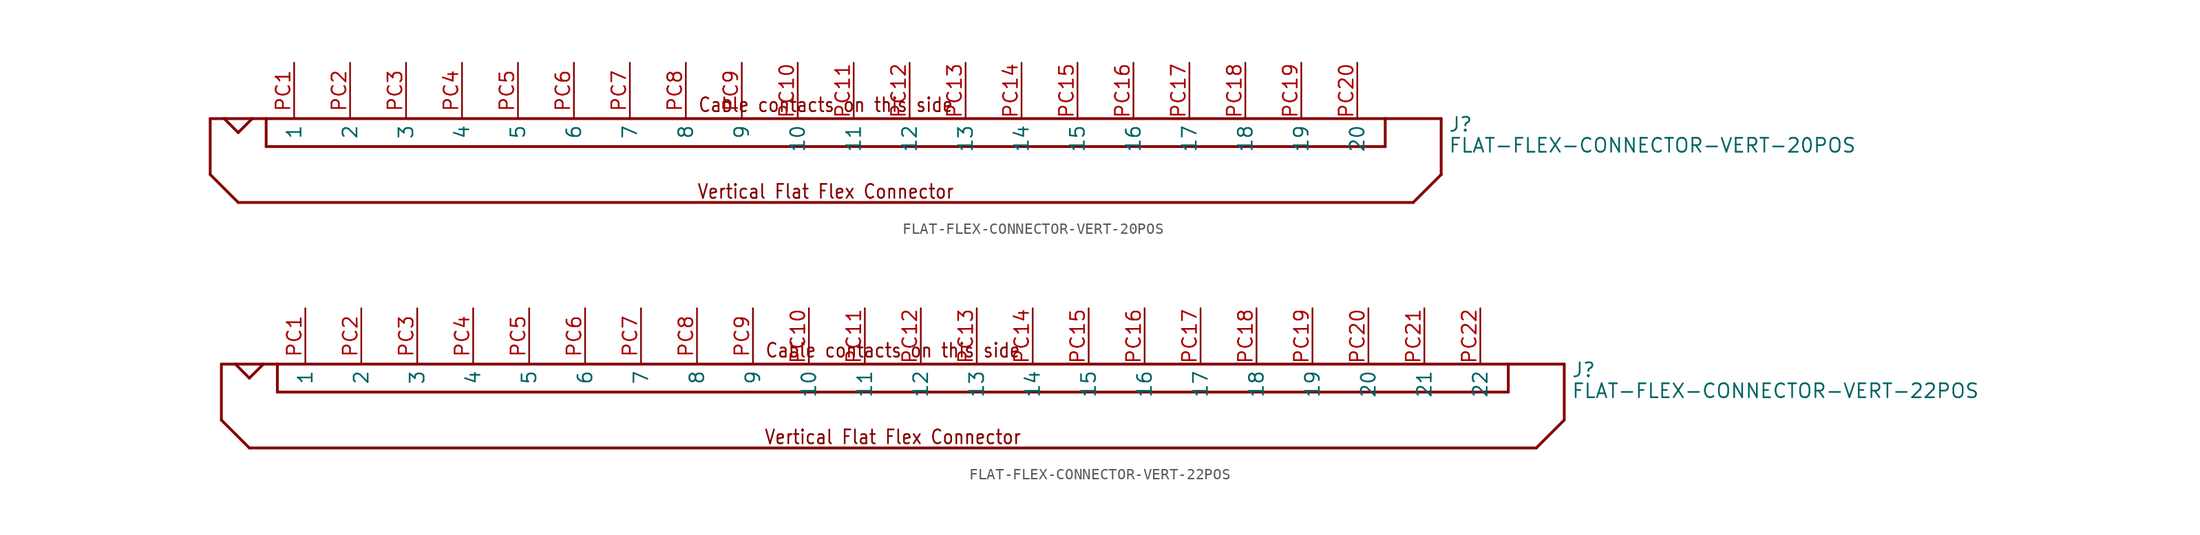
<source format=kicad_sym>
(kicad_symbol_lib
  (version 20211014)
  (generator kicad_symbol_editor)
  (symbol "FLAT-FLEX-CONNECTOR-VERT-20POS"
    (pin_names)
    (property "Reference" "J"
      (at 56.515 1.27 0)
      (effects (font (size 1.27 1.27)) (justify left bottom)))
    (property "Value" "FLAT-FLEX-CONNECTOR-VERT-20POS"
      (at 56.515 -0.635 0)
      (effects (font (size 1.27 1.27)) (justify left bottom)))
    (property "Datasheet" ""
      (at 0 0 0))
    (property "ki_description" "FLAT-FLEX-CONNECTOR-VERT-20POS  - Flat Flex Connector 20 position Vertical Technical Specifications: Number of Positions: 20 Contact: One Side Mount: Vertical "
      (at 0 0 0))
    (property "ki_fp_filters" "FlashPCB_Connectors:FLAT-FLEX-CONNECTOR-MOLEX-52610-VERT-20POS"
      (at 0 0 0))
    (symbol "FLAT-FLEX-CONNECTOR-VERT-20POS_1_1"
      (text "Cable contacts on this side" (at 0 3.048 0) (effects (font (size 1.27 1.086)) (justify bottom)))
      (text "Vertical Flat Flex Connector" (at 0 -4.826 0) (effects (font (size 1.27 1.086)) (justify bottom)))
      (polyline (pts (xy -55.88 2.54) (xy -55.88 -2.54)) (stroke (width 0.254)) (fill (type none)))
      (polyline (pts (xy -55.88 -2.54) (xy -53.34 -5.08)) (stroke (width 0.254)) (fill (type none)))
      (polyline (pts (xy -53.34 -5.08) (xy 53.34 -5.08)) (stroke (width 0.254)) (fill (type none)))
      (polyline (pts (xy 53.34 -5.08) (xy 55.88 -2.54)) (stroke (width 0.254)) (fill (type none)))
      (polyline (pts (xy 55.88 -2.54) (xy 55.88 2.54)) (stroke (width 0.254)) (fill (type none)))
      (polyline (pts (xy 55.88 2.54) (xy 50.8 2.54)) (stroke (width 0.254)) (fill (type none)))
      (polyline (pts (xy 50.8 2.54) (xy 50.8 0)) (stroke (width 0.254)) (fill (type none)))
      (polyline (pts (xy 50.8 0) (xy -50.8 0)) (stroke (width 0.254)) (fill (type none)))
      (polyline (pts (xy -50.8 0) (xy -50.8 2.54)) (stroke (width 0.254)) (fill (type none)))
      (polyline (pts (xy -50.8 2.54) (xy -52.07 2.54)) (stroke (width 0.254)) (fill (type none)))
      (polyline (pts (xy -52.07 2.54) (xy -54.61 2.54)) (stroke (width 0.254)) (fill (type none)))
      (polyline (pts (xy -54.61 2.54) (xy -55.88 2.54)) (stroke (width 0.254)) (fill (type none)))
      (polyline (pts (xy -50.8 2.54) (xy 50.8 2.54)) (stroke (width 0.254)) (fill (type none)))
      (polyline (pts (xy -54.61 2.54) (xy -53.34 1.27)) (stroke (width 0.254)) (fill (type none)))
      (polyline (pts (xy -53.34 1.27) (xy -52.07 2.54)) (stroke (width 0.254)) (fill (type none)))
      (pin bidirectional line (at -48.26 7.62 270) (length 5.08) (name "1" (effects (font (size 1.27 1.27)))) (number "PC1" (effects (font (size 1.27 1.27)))))
      (pin bidirectional line (at -48.26 7.62 270) (length 5.08) hide (name "1" (effects (font (size 1.27 1.27)))) (number "PS1" (effects (font (size 1.27 1.27)))))
      (pin bidirectional line (at -43.18 7.62 270) (length 5.08) (name "2" (effects (font (size 1.27 1.27)))) (number "PC2" (effects (font (size 1.27 1.27)))))
      (pin bidirectional line (at -43.18 7.62 270) (length 5.08) hide (name "2" (effects (font (size 1.27 1.27)))) (number "PS2" (effects (font (size 1.27 1.27)))))
      (pin bidirectional line (at -38.1 7.62 270) (length 5.08) (name "3" (effects (font (size 1.27 1.27)))) (number "PC3" (effects (font (size 1.27 1.27)))))
      (pin bidirectional line (at -38.1 7.62 270) (length 5.08) hide (name "3" (effects (font (size 1.27 1.27)))) (number "PS3" (effects (font (size 1.27 1.27)))))
      (pin bidirectional line (at -33.02 7.62 270) (length 5.08) (name "4" (effects (font (size 1.27 1.27)))) (number "PC4" (effects (font (size 1.27 1.27)))))
      (pin bidirectional line (at -33.02 7.62 270) (length 5.08) hide (name "4" (effects (font (size 1.27 1.27)))) (number "PS4" (effects (font (size 1.27 1.27)))))
      (pin bidirectional line (at -27.94 7.62 270) (length 5.08) (name "5" (effects (font (size 1.27 1.27)))) (number "PC5" (effects (font (size 1.27 1.27)))))
      (pin bidirectional line (at -27.94 7.62 270) (length 5.08) hide (name "5" (effects (font (size 1.27 1.27)))) (number "PS5" (effects (font (size 1.27 1.27)))))
      (pin bidirectional line (at -22.86 7.62 270) (length 5.08) (name "6" (effects (font (size 1.27 1.27)))) (number "PC6" (effects (font (size 1.27 1.27)))))
      (pin bidirectional line (at -22.86 7.62 270) (length 5.08) hide (name "6" (effects (font (size 1.27 1.27)))) (number "PS6" (effects (font (size 1.27 1.27)))))
      (pin bidirectional line (at -17.78 7.62 270) (length 5.08) (name "7" (effects (font (size 1.27 1.27)))) (number "PC7" (effects (font (size 1.27 1.27)))))
      (pin bidirectional line (at -17.78 7.62 270) (length 5.08) hide (name "7" (effects (font (size 1.27 1.27)))) (number "PS7" (effects (font (size 1.27 1.27)))))
      (pin bidirectional line (at -12.7 7.62 270) (length 5.08) (name "8" (effects (font (size 1.27 1.27)))) (number "PC8" (effects (font (size 1.27 1.27)))))
      (pin bidirectional line (at -12.7 7.62 270) (length 5.08) hide (name "8" (effects (font (size 1.27 1.27)))) (number "PS8" (effects (font (size 1.27 1.27)))))
      (pin bidirectional line (at -7.62 7.62 270) (length 5.08) (name "9" (effects (font (size 1.27 1.27)))) (number "PC9" (effects (font (size 1.27 1.27)))))
      (pin bidirectional line (at -7.62 7.62 270) (length 5.08) hide (name "9" (effects (font (size 1.27 1.27)))) (number "PS9" (effects (font (size 1.27 1.27)))))
      (pin bidirectional line (at -2.54 7.62 270) (length 5.08) (name "10" (effects (font (size 1.27 1.27)))) (number "PC10" (effects (font (size 1.27 1.27)))))
      (pin bidirectional line (at -2.54 7.62 270) (length 5.08) hide (name "10" (effects (font (size 1.27 1.27)))) (number "PS10" (effects (font (size 1.27 1.27)))))
      (pin bidirectional line (at 2.54 7.62 270) (length 5.08) (name "11" (effects (font (size 1.27 1.27)))) (number "PC11" (effects (font (size 1.27 1.27)))))
      (pin bidirectional line (at 2.54 7.62 270) (length 5.08) hide (name "11" (effects (font (size 1.27 1.27)))) (number "PS11" (effects (font (size 1.27 1.27)))))
      (pin bidirectional line (at 7.62 7.62 270) (length 5.08) (name "12" (effects (font (size 1.27 1.27)))) (number "PC12" (effects (font (size 1.27 1.27)))))
      (pin bidirectional line (at 7.62 7.62 270) (length 5.08) hide (name "12" (effects (font (size 1.27 1.27)))) (number "PS12" (effects (font (size 1.27 1.27)))))
      (pin bidirectional line (at 12.7 7.62 270) (length 5.08) (name "13" (effects (font (size 1.27 1.27)))) (number "PC13" (effects (font (size 1.27 1.27)))))
      (pin bidirectional line (at 12.7 7.62 270) (length 5.08) hide (name "13" (effects (font (size 1.27 1.27)))) (number "PS13" (effects (font (size 1.27 1.27)))))
      (pin bidirectional line (at 17.78 7.62 270) (length 5.08) (name "14" (effects (font (size 1.27 1.27)))) (number "PC14" (effects (font (size 1.27 1.27)))))
      (pin bidirectional line (at 17.78 7.62 270) (length 5.08) hide (name "14" (effects (font (size 1.27 1.27)))) (number "PS14" (effects (font (size 1.27 1.27)))))
      (pin bidirectional line (at 22.86 7.62 270) (length 5.08) (name "15" (effects (font (size 1.27 1.27)))) (number "PC15" (effects (font (size 1.27 1.27)))))
      (pin bidirectional line (at 22.86 7.62 270) (length 5.08) hide (name "15" (effects (font (size 1.27 1.27)))) (number "PS15" (effects (font (size 1.27 1.27)))))
      (pin bidirectional line (at 27.94 7.62 270) (length 5.08) (name "16" (effects (font (size 1.27 1.27)))) (number "PC16" (effects (font (size 1.27 1.27)))))
      (pin bidirectional line (at 27.94 7.62 270) (length 5.08) hide (name "16" (effects (font (size 1.27 1.27)))) (number "PS16" (effects (font (size 1.27 1.27)))))
      (pin bidirectional line (at 33.02 7.62 270) (length 5.08) (name "17" (effects (font (size 1.27 1.27)))) (number "PC17" (effects (font (size 1.27 1.27)))))
      (pin bidirectional line (at 33.02 7.62 270) (length 5.08) hide (name "17" (effects (font (size 1.27 1.27)))) (number "PS17" (effects (font (size 1.27 1.27)))))
      (pin bidirectional line (at 38.1 7.62 270) (length 5.08) (name "18" (effects (font (size 1.27 1.27)))) (number "PC18" (effects (font (size 1.27 1.27)))))
      (pin bidirectional line (at 38.1 7.62 270) (length 5.08) hide (name "18" (effects (font (size 1.27 1.27)))) (number "PS18" (effects (font (size 1.27 1.27)))))
      (pin bidirectional line (at 43.18 7.62 270) (length 5.08) (name "19" (effects (font (size 1.27 1.27)))) (number "PC19" (effects (font (size 1.27 1.27)))))
      (pin bidirectional line (at 43.18 7.62 270) (length 5.08) hide (name "19" (effects (font (size 1.27 1.27)))) (number "PS19" (effects (font (size 1.27 1.27)))))
      (pin bidirectional line (at 48.26 7.62 270) (length 5.08) (name "20" (effects (font (size 1.27 1.27)))) (number "PC20" (effects (font (size 1.27 1.27)))))
      (pin bidirectional line (at 48.26 7.62 270) (length 5.08) hide (name "20" (effects (font (size 1.27 1.27)))) (number "PS20" (effects (font (size 1.27 1.27)))))))
  (symbol "FLAT-FLEX-CONNECTOR-VERT-22POS"
    (pin_names)
    (property "Reference" "J"
      (at 61.595 1.27 0)
      (effects (font (size 1.27 1.27)) (justify left bottom)))
    (property "Value" "FLAT-FLEX-CONNECTOR-VERT-22POS"
      (at 61.595 -0.635 0)
      (effects (font (size 1.27 1.27)) (justify left bottom)))
    (property "Datasheet" ""
      (at 0 0 0))
    (property "ki_description" "FLAT-FLEX-CONNECTOR-VERT-22POS  - Flat Flex Connector 22 position Vertical Technical Specifications: Number of Positions: 22 Contact: One Side Mount: Vertical "
      (at 0 0 0))
    (property "ki_fp_filters" "FlashPCB_Connectors:FLAT-FLEX-CONNECTOR-MOLEX-52610-VERT-22POS"
      (at 0 0 0))
    (symbol "FLAT-FLEX-CONNECTOR-VERT-22POS_1_1"
      (text "Cable contacts on this side" (at 0 3.048 0) (effects (font (size 1.27 1.086)) (justify bottom)))
      (text "Vertical Flat Flex Connector" (at 0 -4.826 0) (effects (font (size 1.27 1.086)) (justify bottom)))
      (polyline (pts (xy -60.96 2.54) (xy -60.96 -2.54)) (stroke (width 0.254)) (fill (type none)))
      (polyline (pts (xy -60.96 -2.54) (xy -58.42 -5.08)) (stroke (width 0.254)) (fill (type none)))
      (polyline (pts (xy -58.42 -5.08) (xy 58.42 -5.08)) (stroke (width 0.254)) (fill (type none)))
      (polyline (pts (xy 58.42 -5.08) (xy 60.96 -2.54)) (stroke (width 0.254)) (fill (type none)))
      (polyline (pts (xy 60.96 -2.54) (xy 60.96 2.54)) (stroke (width 0.254)) (fill (type none)))
      (polyline (pts (xy 60.96 2.54) (xy 55.88 2.54)) (stroke (width 0.254)) (fill (type none)))
      (polyline (pts (xy 55.88 2.54) (xy 55.88 0)) (stroke (width 0.254)) (fill (type none)))
      (polyline (pts (xy 55.88 0) (xy -55.88 0)) (stroke (width 0.254)) (fill (type none)))
      (polyline (pts (xy -55.88 0) (xy -55.88 2.54)) (stroke (width 0.254)) (fill (type none)))
      (polyline (pts (xy -55.88 2.54) (xy -57.15 2.54)) (stroke (width 0.254)) (fill (type none)))
      (polyline (pts (xy -57.15 2.54) (xy -59.69 2.54)) (stroke (width 0.254)) (fill (type none)))
      (polyline (pts (xy -59.69 2.54) (xy -60.96 2.54)) (stroke (width 0.254)) (fill (type none)))
      (polyline (pts (xy -55.88 2.54) (xy 55.88 2.54)) (stroke (width 0.254)) (fill (type none)))
      (polyline (pts (xy -59.69 2.54) (xy -58.42 1.27)) (stroke (width 0.254)) (fill (type none)))
      (polyline (pts (xy -58.42 1.27) (xy -57.15 2.54)) (stroke (width 0.254)) (fill (type none)))
      (pin bidirectional line (at -53.34 7.62 270) (length 5.08) (name "1" (effects (font (size 1.27 1.27)))) (number "PC1" (effects (font (size 1.27 1.27)))))
      (pin bidirectional line (at -53.34 7.62 270) (length 5.08) hide (name "1" (effects (font (size 1.27 1.27)))) (number "PS1" (effects (font (size 1.27 1.27)))))
      (pin bidirectional line (at -48.26 7.62 270) (length 5.08) (name "2" (effects (font (size 1.27 1.27)))) (number "PC2" (effects (font (size 1.27 1.27)))))
      (pin bidirectional line (at -48.26 7.62 270) (length 5.08) hide (name "2" (effects (font (size 1.27 1.27)))) (number "PS2" (effects (font (size 1.27 1.27)))))
      (pin bidirectional line (at -43.18 7.62 270) (length 5.08) (name "3" (effects (font (size 1.27 1.27)))) (number "PC3" (effects (font (size 1.27 1.27)))))
      (pin bidirectional line (at -43.18 7.62 270) (length 5.08) hide (name "3" (effects (font (size 1.27 1.27)))) (number "PS3" (effects (font (size 1.27 1.27)))))
      (pin bidirectional line (at -38.1 7.62 270) (length 5.08) (name "4" (effects (font (size 1.27 1.27)))) (number "PC4" (effects (font (size 1.27 1.27)))))
      (pin bidirectional line (at -38.1 7.62 270) (length 5.08) hide (name "4" (effects (font (size 1.27 1.27)))) (number "PS4" (effects (font (size 1.27 1.27)))))
      (pin bidirectional line (at -33.02 7.62 270) (length 5.08) (name "5" (effects (font (size 1.27 1.27)))) (number "PC5" (effects (font (size 1.27 1.27)))))
      (pin bidirectional line (at -33.02 7.62 270) (length 5.08) hide (name "5" (effects (font (size 1.27 1.27)))) (number "PS5" (effects (font (size 1.27 1.27)))))
      (pin bidirectional line (at -27.94 7.62 270) (length 5.08) (name "6" (effects (font (size 1.27 1.27)))) (number "PC6" (effects (font (size 1.27 1.27)))))
      (pin bidirectional line (at -27.94 7.62 270) (length 5.08) hide (name "6" (effects (font (size 1.27 1.27)))) (number "PS6" (effects (font (size 1.27 1.27)))))
      (pin bidirectional line (at -22.86 7.62 270) (length 5.08) (name "7" (effects (font (size 1.27 1.27)))) (number "PC7" (effects (font (size 1.27 1.27)))))
      (pin bidirectional line (at -22.86 7.62 270) (length 5.08) hide (name "7" (effects (font (size 1.27 1.27)))) (number "PS7" (effects (font (size 1.27 1.27)))))
      (pin bidirectional line (at -17.78 7.62 270) (length 5.08) (name "8" (effects (font (size 1.27 1.27)))) (number "PC8" (effects (font (size 1.27 1.27)))))
      (pin bidirectional line (at -17.78 7.62 270) (length 5.08) hide (name "8" (effects (font (size 1.27 1.27)))) (number "PS8" (effects (font (size 1.27 1.27)))))
      (pin bidirectional line (at -12.7 7.62 270) (length 5.08) (name "9" (effects (font (size 1.27 1.27)))) (number "PC9" (effects (font (size 1.27 1.27)))))
      (pin bidirectional line (at -12.7 7.62 270) (length 5.08) hide (name "9" (effects (font (size 1.27 1.27)))) (number "PS9" (effects (font (size 1.27 1.27)))))
      (pin bidirectional line (at -7.62 7.62 270) (length 5.08) (name "10" (effects (font (size 1.27 1.27)))) (number "PC10" (effects (font (size 1.27 1.27)))))
      (pin bidirectional line (at -7.62 7.62 270) (length 5.08) hide (name "10" (effects (font (size 1.27 1.27)))) (number "PS10" (effects (font (size 1.27 1.27)))))
      (pin bidirectional line (at -2.54 7.62 270) (length 5.08) (name "11" (effects (font (size 1.27 1.27)))) (number "PC11" (effects (font (size 1.27 1.27)))))
      (pin bidirectional line (at -2.54 7.62 270) (length 5.08) hide (name "11" (effects (font (size 1.27 1.27)))) (number "PS11" (effects (font (size 1.27 1.27)))))
      (pin bidirectional line (at 2.54 7.62 270) (length 5.08) (name "12" (effects (font (size 1.27 1.27)))) (number "PC12" (effects (font (size 1.27 1.27)))))
      (pin bidirectional line (at 2.54 7.62 270) (length 5.08) hide (name "12" (effects (font (size 1.27 1.27)))) (number "PS12" (effects (font (size 1.27 1.27)))))
      (pin bidirectional line (at 7.62 7.62 270) (length 5.08) (name "13" (effects (font (size 1.27 1.27)))) (number "PC13" (effects (font (size 1.27 1.27)))))
      (pin bidirectional line (at 7.62 7.62 270) (length 5.08) hide (name "13" (effects (font (size 1.27 1.27)))) (number "PS13" (effects (font (size 1.27 1.27)))))
      (pin bidirectional line (at 12.7 7.62 270) (length 5.08) (name "14" (effects (font (size 1.27 1.27)))) (number "PC14" (effects (font (size 1.27 1.27)))))
      (pin bidirectional line (at 12.7 7.62 270) (length 5.08) hide (name "14" (effects (font (size 1.27 1.27)))) (number "PS14" (effects (font (size 1.27 1.27)))))
      (pin bidirectional line (at 17.78 7.62 270) (length 5.08) (name "15" (effects (font (size 1.27 1.27)))) (number "PC15" (effects (font (size 1.27 1.27)))))
      (pin bidirectional line (at 17.78 7.62 270) (length 5.08) hide (name "15" (effects (font (size 1.27 1.27)))) (number "PS15" (effects (font (size 1.27 1.27)))))
      (pin bidirectional line (at 22.86 7.62 270) (length 5.08) (name "16" (effects (font (size 1.27 1.27)))) (number "PC16" (effects (font (size 1.27 1.27)))))
      (pin bidirectional line (at 22.86 7.62 270) (length 5.08) hide (name "16" (effects (font (size 1.27 1.27)))) (number "PS16" (effects (font (size 1.27 1.27)))))
      (pin bidirectional line (at 27.94 7.62 270) (length 5.08) (name "17" (effects (font (size 1.27 1.27)))) (number "PC17" (effects (font (size 1.27 1.27)))))
      (pin bidirectional line (at 27.94 7.62 270) (length 5.08) hide (name "17" (effects (font (size 1.27 1.27)))) (number "PS17" (effects (font (size 1.27 1.27)))))
      (pin bidirectional line (at 33.02 7.62 270) (length 5.08) (name "18" (effects (font (size 1.27 1.27)))) (number "PC18" (effects (font (size 1.27 1.27)))))
      (pin bidirectional line (at 33.02 7.62 270) (length 5.08) hide (name "18" (effects (font (size 1.27 1.27)))) (number "PS18" (effects (font (size 1.27 1.27)))))
      (pin bidirectional line (at 38.1 7.62 270) (length 5.08) (name "19" (effects (font (size 1.27 1.27)))) (number "PC19" (effects (font (size 1.27 1.27)))))
      (pin bidirectional line (at 38.1 7.62 270) (length 5.08) hide (name "19" (effects (font (size 1.27 1.27)))) (number "PS19" (effects (font (size 1.27 1.27)))))
      (pin bidirectional line (at 43.18 7.62 270) (length 5.08) (name "20" (effects (font (size 1.27 1.27)))) (number "PC20" (effects (font (size 1.27 1.27)))))
      (pin bidirectional line (at 43.18 7.62 270) (length 5.08) hide (name "20" (effects (font (size 1.27 1.27)))) (number "PS20" (effects (font (size 1.27 1.27)))))
      (pin bidirectional line (at 48.26 7.62 270) (length 5.08) (name "21" (effects (font (size 1.27 1.27)))) (number "PC21" (effects (font (size 1.27 1.27)))))
      (pin bidirectional line (at 48.26 7.62 270) (length 5.08) hide (name "21" (effects (font (size 1.27 1.27)))) (number "PS21" (effects (font (size 1.27 1.27)))))
      (pin bidirectional line (at 53.34 7.62 270) (length 5.08) (name "22" (effects (font (size 1.27 1.27)))) (number "PC22" (effects (font (size 1.27 1.27)))))
      (pin bidirectional line (at 53.34 7.62 270) (length 5.08) hide (name "22" (effects (font (size 1.27 1.27)))) (number "PS22" (effects (font (size 1.27 1.27))))))))
</source>
